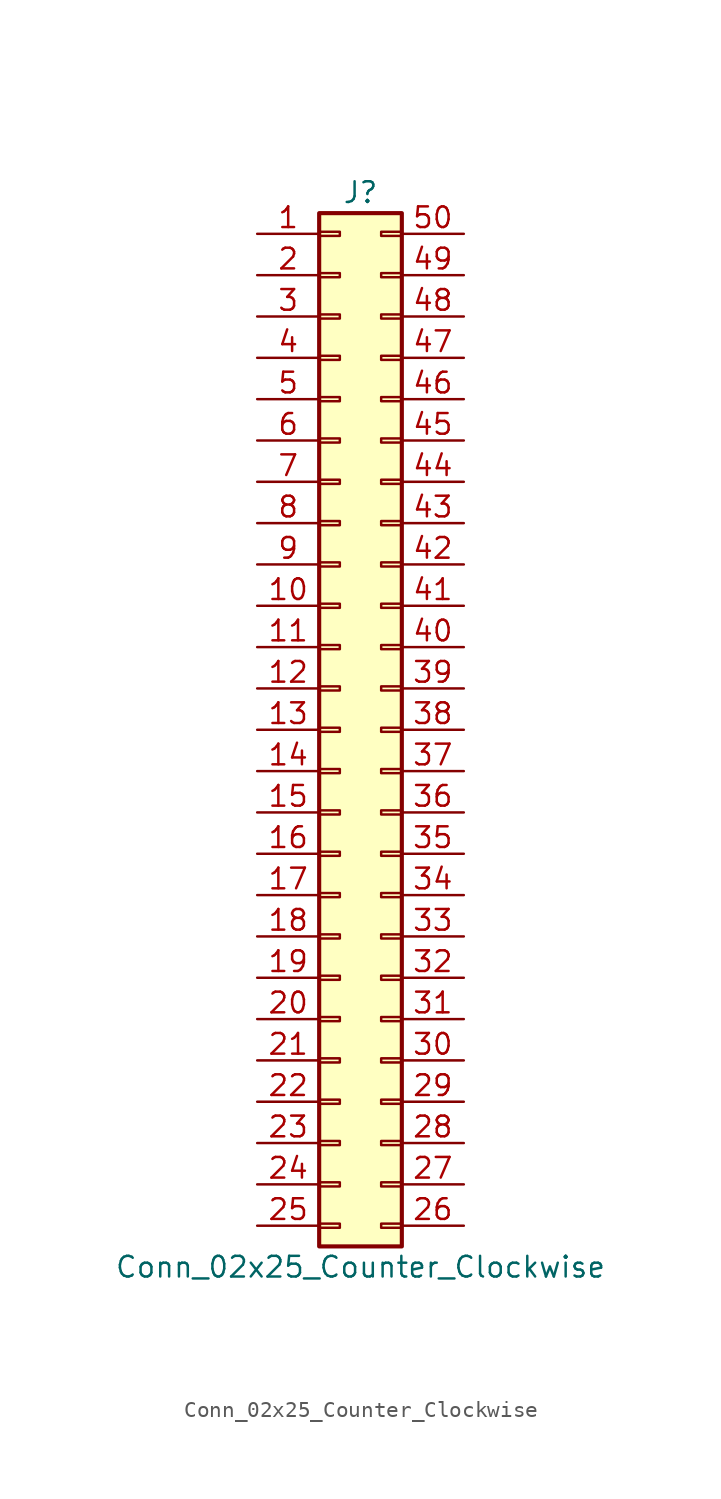
<source format=kicad_sym>
(kicad_symbol_lib
  (version 20201005)
  (generator kicad_symbol_editor)
  (symbol "Conn_02x25_Counter_Clockwise"
    (pin_names
      (offset 1.016) hide)
    (property "Reference" "J"
      (at 1.27 33.02 0)
      (effects (font (size 1.27 1.27))))
    (property "Value" "Conn_02x25_Counter_Clockwise"
      (at 1.27 -33.02 0)
      (effects (font (size 1.27 1.27))))
    (symbol "Conn_02x25_Counter_Clockwise_1_1"
      (rectangle (start -1.27 -30.353) (end 0 -30.607) (stroke (width 0.152)) (fill (type none)))
      (rectangle (start -1.27 -27.813) (end 0 -28.067) (stroke (width 0.152)) (fill (type none)))
      (rectangle (start -1.27 -25.273) (end 0 -25.527) (stroke (width 0.152)) (fill (type none)))
      (rectangle (start -1.27 -22.733) (end 0 -22.987) (stroke (width 0.152)) (fill (type none)))
      (rectangle (start -1.27 -20.193) (end 0 -20.447) (stroke (width 0.152)) (fill (type none)))
      (rectangle (start -1.27 -17.653) (end 0 -17.907) (stroke (width 0.152)) (fill (type none)))
      (rectangle (start -1.27 -15.113) (end 0 -15.367) (stroke (width 0.152)) (fill (type none)))
      (rectangle (start -1.27 -12.573) (end 0 -12.827) (stroke (width 0.152)) (fill (type none)))
      (rectangle (start -1.27 -10.033) (end 0 -10.287) (stroke (width 0.152)) (fill (type none)))
      (rectangle (start -1.27 -7.493) (end 0 -7.747) (stroke (width 0.152)) (fill (type none)))
      (rectangle (start -1.27 -4.953) (end 0 -5.207) (stroke (width 0.152)) (fill (type none)))
      (rectangle (start -1.27 -2.413) (end 0 -2.667) (stroke (width 0.152)) (fill (type none)))
      (rectangle (start -1.27 0.127) (end 0 -0.127) (stroke (width 0.152)) (fill (type none)))
      (rectangle (start -1.27 2.667) (end 0 2.413) (stroke (width 0.152)) (fill (type none)))
      (rectangle (start -1.27 5.207) (end 0 4.953) (stroke (width 0.152)) (fill (type none)))
      (rectangle (start -1.27 7.747) (end 0 7.493) (stroke (width 0.152)) (fill (type none)))
      (rectangle (start -1.27 10.287) (end 0 10.033) (stroke (width 0.152)) (fill (type none)))
      (rectangle (start -1.27 12.827) (end 0 12.573) (stroke (width 0.152)) (fill (type none)))
      (rectangle (start -1.27 15.367) (end 0 15.113) (stroke (width 0.152)) (fill (type none)))
      (rectangle (start -1.27 17.907) (end 0 17.653) (stroke (width 0.152)) (fill (type none)))
      (rectangle (start -1.27 20.447) (end 0 20.193) (stroke (width 0.152)) (fill (type none)))
      (rectangle (start -1.27 22.987) (end 0 22.733) (stroke (width 0.152)) (fill (type none)))
      (rectangle (start -1.27 25.527) (end 0 25.273) (stroke (width 0.152)) (fill (type none)))
      (rectangle (start -1.27 28.067) (end 0 27.813) (stroke (width 0.152)) (fill (type none)))
      (rectangle (start -1.27 30.607) (end 0 30.353) (stroke (width 0.152)) (fill (type none)))
      (rectangle (start 3.81 -30.353) (end 2.54 -30.607) (stroke (width 0.152)) (fill (type none)))
      (rectangle (start 3.81 -27.813) (end 2.54 -28.067) (stroke (width 0.152)) (fill (type none)))
      (rectangle (start 3.81 -25.273) (end 2.54 -25.527) (stroke (width 0.152)) (fill (type none)))
      (rectangle (start 3.81 -22.733) (end 2.54 -22.987) (stroke (width 0.152)) (fill (type none)))
      (rectangle (start 3.81 -20.193) (end 2.54 -20.447) (stroke (width 0.152)) (fill (type none)))
      (rectangle (start 3.81 -17.653) (end 2.54 -17.907) (stroke (width 0.152)) (fill (type none)))
      (rectangle (start 3.81 -15.113) (end 2.54 -15.367) (stroke (width 0.152)) (fill (type none)))
      (rectangle (start 3.81 -12.573) (end 2.54 -12.827) (stroke (width 0.152)) (fill (type none)))
      (rectangle (start 3.81 -10.033) (end 2.54 -10.287) (stroke (width 0.152)) (fill (type none)))
      (rectangle (start 3.81 -7.493) (end 2.54 -7.747) (stroke (width 0.152)) (fill (type none)))
      (rectangle (start 3.81 -4.953) (end 2.54 -5.207) (stroke (width 0.152)) (fill (type none)))
      (rectangle (start 3.81 -2.413) (end 2.54 -2.667) (stroke (width 0.152)) (fill (type none)))
      (rectangle (start 3.81 0.127) (end 2.54 -0.127) (stroke (width 0.152)) (fill (type none)))
      (rectangle (start 3.81 2.667) (end 2.54 2.413) (stroke (width 0.152)) (fill (type none)))
      (rectangle (start 3.81 5.207) (end 2.54 4.953) (stroke (width 0.152)) (fill (type none)))
      (rectangle (start 3.81 7.747) (end 2.54 7.493) (stroke (width 0.152)) (fill (type none)))
      (rectangle (start 3.81 10.287) (end 2.54 10.033) (stroke (width 0.152)) (fill (type none)))
      (rectangle (start 3.81 12.827) (end 2.54 12.573) (stroke (width 0.152)) (fill (type none)))
      (rectangle (start 3.81 15.367) (end 2.54 15.113) (stroke (width 0.152)) (fill (type none)))
      (rectangle (start 3.81 17.907) (end 2.54 17.653) (stroke (width 0.152)) (fill (type none)))
      (rectangle (start 3.81 20.447) (end 2.54 20.193) (stroke (width 0.152)) (fill (type none)))
      (rectangle (start 3.81 22.987) (end 2.54 22.733) (stroke (width 0.152)) (fill (type none)))
      (rectangle (start 3.81 25.527) (end 2.54 25.273) (stroke (width 0.152)) (fill (type none)))
      (rectangle (start 3.81 28.067) (end 2.54 27.813) (stroke (width 0.152)) (fill (type none)))
      (rectangle (start 3.81 30.607) (end 2.54 30.353) (stroke (width 0.152)) (fill (type none)))
      (rectangle (start -1.27 31.75) (end 3.81 -31.75) (stroke (width 0.254)) (fill (type background)))
      (pin passive line (at -5.08 30.48 0) (length 3.81) (name "Pin_1" (effects (font (size 1.27 1.27)))) (number "1" (effects (font (size 1.27 1.27)))))
      (pin passive line (at -5.08 7.62 0) (length 3.81) (name "Pin_10" (effects (font (size 1.27 1.27)))) (number "10" (effects (font (size 1.27 1.27)))))
      (pin passive line (at -5.08 5.08 0) (length 3.81) (name "Pin_11" (effects (font (size 1.27 1.27)))) (number "11" (effects (font (size 1.27 1.27)))))
      (pin passive line (at -5.08 2.54 0) (length 3.81) (name "Pin_12" (effects (font (size 1.27 1.27)))) (number "12" (effects (font (size 1.27 1.27)))))
      (pin passive line (at -5.08 0 0) (length 3.81) (name "Pin_13" (effects (font (size 1.27 1.27)))) (number "13" (effects (font (size 1.27 1.27)))))
      (pin passive line (at -5.08 -2.54 0) (length 3.81) (name "Pin_14" (effects (font (size 1.27 1.27)))) (number "14" (effects (font (size 1.27 1.27)))))
      (pin passive line (at -5.08 -5.08 0) (length 3.81) (name "Pin_15" (effects (font (size 1.27 1.27)))) (number "15" (effects (font (size 1.27 1.27)))))
      (pin passive line (at -5.08 -7.62 0) (length 3.81) (name "Pin_16" (effects (font (size 1.27 1.27)))) (number "16" (effects (font (size 1.27 1.27)))))
      (pin passive line (at -5.08 -10.16 0) (length 3.81) (name "Pin_17" (effects (font (size 1.27 1.27)))) (number "17" (effects (font (size 1.27 1.27)))))
      (pin passive line (at -5.08 -12.7 0) (length 3.81) (name "Pin_18" (effects (font (size 1.27 1.27)))) (number "18" (effects (font (size 1.27 1.27)))))
      (pin passive line (at -5.08 -15.24 0) (length 3.81) (name "Pin_19" (effects (font (size 1.27 1.27)))) (number "19" (effects (font (size 1.27 1.27)))))
      (pin passive line (at -5.08 27.94 0) (length 3.81) (name "Pin_2" (effects (font (size 1.27 1.27)))) (number "2" (effects (font (size 1.27 1.27)))))
      (pin passive line (at -5.08 -17.78 0) (length 3.81) (name "Pin_20" (effects (font (size 1.27 1.27)))) (number "20" (effects (font (size 1.27 1.27)))))
      (pin passive line (at -5.08 -20.32 0) (length 3.81) (name "Pin_21" (effects (font (size 1.27 1.27)))) (number "21" (effects (font (size 1.27 1.27)))))
      (pin passive line (at -5.08 -22.86 0) (length 3.81) (name "Pin_22" (effects (font (size 1.27 1.27)))) (number "22" (effects (font (size 1.27 1.27)))))
      (pin passive line (at -5.08 -25.4 0) (length 3.81) (name "Pin_23" (effects (font (size 1.27 1.27)))) (number "23" (effects (font (size 1.27 1.27)))))
      (pin passive line (at -5.08 -27.94 0) (length 3.81) (name "Pin_24" (effects (font (size 1.27 1.27)))) (number "24" (effects (font (size 1.27 1.27)))))
      (pin passive line (at -5.08 -30.48 0) (length 3.81) (name "Pin_25" (effects (font (size 1.27 1.27)))) (number "25" (effects (font (size 1.27 1.27)))))
      (pin passive line (at 7.62 -30.48 180) (length 3.81) (name "Pin_26" (effects (font (size 1.27 1.27)))) (number "26" (effects (font (size 1.27 1.27)))))
      (pin passive line (at 7.62 -27.94 180) (length 3.81) (name "Pin_27" (effects (font (size 1.27 1.27)))) (number "27" (effects (font (size 1.27 1.27)))))
      (pin passive line (at 7.62 -25.4 180) (length 3.81) (name "Pin_28" (effects (font (size 1.27 1.27)))) (number "28" (effects (font (size 1.27 1.27)))))
      (pin passive line (at 7.62 -22.86 180) (length 3.81) (name "Pin_29" (effects (font (size 1.27 1.27)))) (number "29" (effects (font (size 1.27 1.27)))))
      (pin passive line (at -5.08 25.4 0) (length 3.81) (name "Pin_3" (effects (font (size 1.27 1.27)))) (number "3" (effects (font (size 1.27 1.27)))))
      (pin passive line (at 7.62 -20.32 180) (length 3.81) (name "Pin_30" (effects (font (size 1.27 1.27)))) (number "30" (effects (font (size 1.27 1.27)))))
      (pin passive line (at 7.62 -17.78 180) (length 3.81) (name "Pin_31" (effects (font (size 1.27 1.27)))) (number "31" (effects (font (size 1.27 1.27)))))
      (pin passive line (at 7.62 -15.24 180) (length 3.81) (name "Pin_32" (effects (font (size 1.27 1.27)))) (number "32" (effects (font (size 1.27 1.27)))))
      (pin passive line (at 7.62 -12.7 180) (length 3.81) (name "Pin_33" (effects (font (size 1.27 1.27)))) (number "33" (effects (font (size 1.27 1.27)))))
      (pin passive line (at 7.62 -10.16 180) (length 3.81) (name "Pin_34" (effects (font (size 1.27 1.27)))) (number "34" (effects (font (size 1.27 1.27)))))
      (pin passive line (at 7.62 -7.62 180) (length 3.81) (name "Pin_35" (effects (font (size 1.27 1.27)))) (number "35" (effects (font (size 1.27 1.27)))))
      (pin passive line (at 7.62 -5.08 180) (length 3.81) (name "Pin_36" (effects (font (size 1.27 1.27)))) (number "36" (effects (font (size 1.27 1.27)))))
      (pin passive line (at 7.62 -2.54 180) (length 3.81) (name "Pin_37" (effects (font (size 1.27 1.27)))) (number "37" (effects (font (size 1.27 1.27)))))
      (pin passive line (at 7.62 0 180) (length 3.81) (name "Pin_38" (effects (font (size 1.27 1.27)))) (number "38" (effects (font (size 1.27 1.27)))))
      (pin passive line (at 7.62 2.54 180) (length 3.81) (name "Pin_39" (effects (font (size 1.27 1.27)))) (number "39" (effects (font (size 1.27 1.27)))))
      (pin passive line (at -5.08 22.86 0) (length 3.81) (name "Pin_4" (effects (font (size 1.27 1.27)))) (number "4" (effects (font (size 1.27 1.27)))))
      (pin passive line (at 7.62 5.08 180) (length 3.81) (name "Pin_40" (effects (font (size 1.27 1.27)))) (number "40" (effects (font (size 1.27 1.27)))))
      (pin passive line (at 7.62 7.62 180) (length 3.81) (name "Pin_41" (effects (font (size 1.27 1.27)))) (number "41" (effects (font (size 1.27 1.27)))))
      (pin passive line (at 7.62 10.16 180) (length 3.81) (name "Pin_42" (effects (font (size 1.27 1.27)))) (number "42" (effects (font (size 1.27 1.27)))))
      (pin passive line (at 7.62 12.7 180) (length 3.81) (name "Pin_43" (effects (font (size 1.27 1.27)))) (number "43" (effects (font (size 1.27 1.27)))))
      (pin passive line (at 7.62 15.24 180) (length 3.81) (name "Pin_44" (effects (font (size 1.27 1.27)))) (number "44" (effects (font (size 1.27 1.27)))))
      (pin passive line (at 7.62 17.78 180) (length 3.81) (name "Pin_45" (effects (font (size 1.27 1.27)))) (number "45" (effects (font (size 1.27 1.27)))))
      (pin passive line (at 7.62 20.32 180) (length 3.81) (name "Pin_46" (effects (font (size 1.27 1.27)))) (number "46" (effects (font (size 1.27 1.27)))))
      (pin passive line (at 7.62 22.86 180) (length 3.81) (name "Pin_47" (effects (font (size 1.27 1.27)))) (number "47" (effects (font (size 1.27 1.27)))))
      (pin passive line (at 7.62 25.4 180) (length 3.81) (name "Pin_48" (effects (font (size 1.27 1.27)))) (number "48" (effects (font (size 1.27 1.27)))))
      (pin passive line (at 7.62 27.94 180) (length 3.81) (name "Pin_49" (effects (font (size 1.27 1.27)))) (number "49" (effects (font (size 1.27 1.27)))))
      (pin passive line (at -5.08 20.32 0) (length 3.81) (name "Pin_5" (effects (font (size 1.27 1.27)))) (number "5" (effects (font (size 1.27 1.27)))))
      (pin passive line (at 7.62 30.48 180) (length 3.81) (name "Pin_50" (effects (font (size 1.27 1.27)))) (number "50" (effects (font (size 1.27 1.27)))))
      (pin passive line (at -5.08 17.78 0) (length 3.81) (name "Pin_6" (effects (font (size 1.27 1.27)))) (number "6" (effects (font (size 1.27 1.27)))))
      (pin passive line (at -5.08 15.24 0) (length 3.81) (name "Pin_7" (effects (font (size 1.27 1.27)))) (number "7" (effects (font (size 1.27 1.27)))))
      (pin passive line (at -5.08 12.7 0) (length 3.81) (name "Pin_8" (effects (font (size 1.27 1.27)))) (number "8" (effects (font (size 1.27 1.27)))))
      (pin passive line (at -5.08 10.16 0) (length 3.81) (name "Pin_9" (effects (font (size 1.27 1.27)))) (number "9" (effects (font (size 1.27 1.27))))))))
</source>
